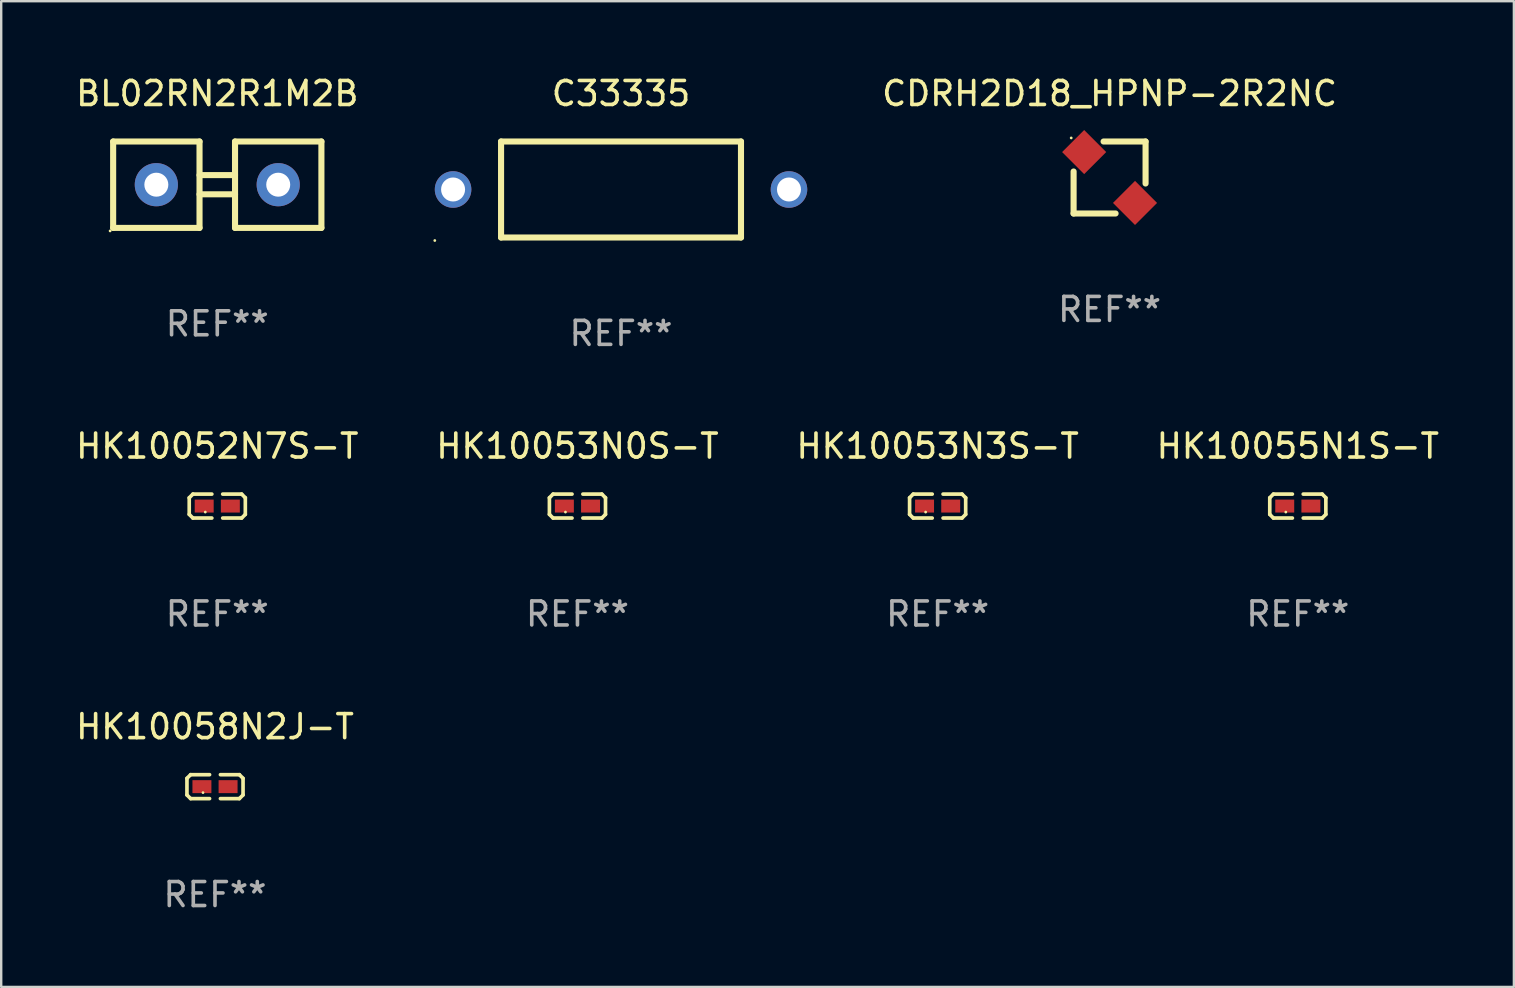
<source format=kicad_pcb>
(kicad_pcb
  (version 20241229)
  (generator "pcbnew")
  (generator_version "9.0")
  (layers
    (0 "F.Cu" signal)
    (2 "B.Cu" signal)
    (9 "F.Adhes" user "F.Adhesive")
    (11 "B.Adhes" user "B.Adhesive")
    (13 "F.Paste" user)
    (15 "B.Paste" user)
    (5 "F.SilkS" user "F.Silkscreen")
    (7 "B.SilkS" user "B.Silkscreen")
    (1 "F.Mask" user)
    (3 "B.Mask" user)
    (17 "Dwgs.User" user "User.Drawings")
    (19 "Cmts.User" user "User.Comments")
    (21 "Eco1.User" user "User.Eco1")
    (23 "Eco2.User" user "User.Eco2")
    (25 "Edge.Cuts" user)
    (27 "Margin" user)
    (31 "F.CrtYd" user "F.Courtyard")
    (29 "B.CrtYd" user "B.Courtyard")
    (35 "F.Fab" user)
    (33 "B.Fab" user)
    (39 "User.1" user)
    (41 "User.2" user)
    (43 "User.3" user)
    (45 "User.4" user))
  (footprint "HK10058N2J-T"
    (layer "F.Cu")
    (at 5.911 29.737)
    (property "Reference" "HK10058N2J-T" (at 0 -2.499 0) (layer "F.SilkS") (effects (font (size 1 1) (thickness 0.15))))
    (attr through_hole)
    (fp_line (start -1.169 -0.346) (end -1.016 -0.499) (stroke (width 0.152) (type solid)) (layer "F.SilkS"))
    (fp_line (start -1.169 0.346) (end -1.169 -0.346) (stroke (width 0.152) (type solid)) (layer "F.SilkS"))
    (fp_line (start -1.016 -0.499) (end -0.226 -0.499) (stroke (width 0.152) (type solid)) (layer "F.SilkS"))
    (fp_line (start -1.016 0.499) (end -1.169 0.346) (stroke (width 0.152) (type solid)) (layer "F.SilkS"))
    (fp_line (start -0.226 0.499) (end -1.016 0.499) (stroke (width 0.152) (type solid)) (layer "F.SilkS"))
    (fp_line (start 0.226 0.499) (end 1.016 0.499) (stroke (width 0.152) (type solid)) (layer "F.SilkS"))
    (fp_line (start 1.016 -0.499) (end 0.226 -0.499) (stroke (width 0.152) (type solid)) (layer "F.SilkS"))
    (fp_line (start 1.016 0.499) (end 1.169 0.346) (stroke (width 0.152) (type solid)) (layer "F.SilkS"))
    (fp_line (start 1.169 -0.346) (end 1.016 -0.499) (stroke (width 0.152) (type solid)) (layer "F.SilkS"))
    (fp_line (start 1.169 0.346) (end 1.169 -0.346) (stroke (width 0.152) (type solid)) (layer "F.SilkS"))
    (fp_circle (center -0.5 0.25) (end -0.47 0.25) (stroke (width 0.06) (type solid)) (fill no) (layer "F.SilkS"))
    (fp_text user "REF**" (at 0 4.499 0) (layer "F.Fab") (effects (font (size 1 1) (thickness 0.15))))
    (pad "1" smd rect (at -0.545 0) (size 0.79 0.54) (layers "F.Cu" "F.Mask" "F.Paste"))
    (pad "2" smd rect (at 0.545 0) (size 0.79 0.54) (layers "F.Cu" "F.Mask" "F.Paste")))
  (footprint "CDRH2D18_HPNP-2R2NC"
    (layer "F.Cu")
    (at 43.197 4.348)
    (property "Reference" "CDRH2D18_HPNP-2R2NC" (at 0 -3.5 0) (layer "F.SilkS") (effects (font (size 1 1) (thickness 0.15))))
    (attr through_hole)
    (fp_line (start -1.5 1.5) (end -1.5 -0.25) (stroke (width 0.254) (type solid)) (layer "F.SilkS"))
    (fp_line (start -0.25 -1.5) (end 1.5 -1.5) (stroke (width 0.254) (type solid)) (layer "F.SilkS"))
    (fp_line (start 0.25 1.5) (end -1.5 1.5) (stroke (width 0.254) (type solid)) (layer "F.SilkS"))
    (fp_line (start 1.5 -1.5) (end 1.5 0.25) (stroke (width 0.254) (type solid)) (layer "F.SilkS"))
    (fp_circle (center -1.6 -1.649) (end -1.57 -1.649) (stroke (width 0.06) (type solid)) (fill no) (layer "F.SilkS"))
    (fp_text user "REF**" (at 0 5.5 0) (layer "F.Fab") (effects (font (size 1 1) (thickness 0.15))))
    (pad "1" smd rect (at -1.06 -1.06 45) (size 1.3 1.3) (layers "F.Cu" "F.Mask" "F.Paste"))
    (pad "2" smd rect (at 1.06 1.06 45) (size 1.3 1.3) (layers "F.Cu" "F.Mask" "F.Paste")))
  (footprint "HK10053N0S-T"
    (layer "F.Cu")
    (at 21.018 18.043)
    (property "Reference" "HK10053N0S-T" (at 0 -2.499 0) (layer "F.SilkS") (effects (font (size 1 1) (thickness 0.15))))
    (attr through_hole)
    (fp_line (start -1.169 -0.346) (end -1.016 -0.499) (stroke (width 0.152) (type solid)) (layer "F.SilkS"))
    (fp_line (start -1.169 0.346) (end -1.169 -0.346) (stroke (width 0.152) (type solid)) (layer "F.SilkS"))
    (fp_line (start -1.016 -0.499) (end -0.226 -0.499) (stroke (width 0.152) (type solid)) (layer "F.SilkS"))
    (fp_line (start -1.016 0.499) (end -1.169 0.346) (stroke (width 0.152) (type solid)) (layer "F.SilkS"))
    (fp_line (start -0.226 0.499) (end -1.016 0.499) (stroke (width 0.152) (type solid)) (layer "F.SilkS"))
    (fp_line (start 0.226 0.499) (end 1.016 0.499) (stroke (width 0.152) (type solid)) (layer "F.SilkS"))
    (fp_line (start 1.016 -0.499) (end 0.226 -0.499) (stroke (width 0.152) (type solid)) (layer "F.SilkS"))
    (fp_line (start 1.016 0.499) (end 1.169 0.346) (stroke (width 0.152) (type solid)) (layer "F.SilkS"))
    (fp_line (start 1.169 -0.346) (end 1.016 -0.499) (stroke (width 0.152) (type solid)) (layer "F.SilkS"))
    (fp_line (start 1.169 0.346) (end 1.169 -0.346) (stroke (width 0.152) (type solid)) (layer "F.SilkS"))
    (fp_circle (center -0.5 0.25) (end -0.47 0.25) (stroke (width 0.06) (type solid)) (fill no) (layer "F.SilkS"))
    (fp_text user "REF**" (at 0 4.499 0) (layer "F.Fab") (effects (font (size 1 1) (thickness 0.15))))
    (pad "1" smd rect (at -0.545 0) (size 0.79 0.54) (layers "F.Cu" "F.Mask" "F.Paste"))
    (pad "2" smd rect (at 0.545 0) (size 0.79 0.54) (layers "F.Cu" "F.Mask" "F.Paste")))
  (footprint "HK10052N7S-T"
    (layer "F.Cu")
    (at 6.006 18.043)
    (property "Reference" "HK10052N7S-T" (at 0 -2.499 0) (layer "F.SilkS") (effects (font (size 1 1) (thickness 0.15))))
    (attr through_hole)
    (fp_line (start -1.169 -0.346) (end -1.016 -0.499) (stroke (width 0.152) (type solid)) (layer "F.SilkS"))
    (fp_line (start -1.169 0.346) (end -1.169 -0.346) (stroke (width 0.152) (type solid)) (layer "F.SilkS"))
    (fp_line (start -1.016 -0.499) (end -0.226 -0.499) (stroke (width 0.152) (type solid)) (layer "F.SilkS"))
    (fp_line (start -1.016 0.499) (end -1.169 0.346) (stroke (width 0.152) (type solid)) (layer "F.SilkS"))
    (fp_line (start -0.226 0.499) (end -1.016 0.499) (stroke (width 0.152) (type solid)) (layer "F.SilkS"))
    (fp_line (start 0.226 0.499) (end 1.016 0.499) (stroke (width 0.152) (type solid)) (layer "F.SilkS"))
    (fp_line (start 1.016 -0.499) (end 0.226 -0.499) (stroke (width 0.152) (type solid)) (layer "F.SilkS"))
    (fp_line (start 1.016 0.499) (end 1.169 0.346) (stroke (width 0.152) (type solid)) (layer "F.SilkS"))
    (fp_line (start 1.169 -0.346) (end 1.016 -0.499) (stroke (width 0.152) (type solid)) (layer "F.SilkS"))
    (fp_line (start 1.169 0.346) (end 1.169 -0.346) (stroke (width 0.152) (type solid)) (layer "F.SilkS"))
    (fp_circle (center -0.5 0.25) (end -0.47 0.25) (stroke (width 0.06) (type solid)) (fill no) (layer "F.SilkS"))
    (fp_text user "REF**" (at 0 4.499 0) (layer "F.Fab") (effects (font (size 1 1) (thickness 0.15))))
    (pad "1" smd rect (at -0.545 0) (size 0.79 0.54) (layers "F.Cu" "F.Mask" "F.Paste"))
    (pad "2" smd rect (at 0.545 0) (size 0.79 0.54) (layers "F.Cu" "F.Mask" "F.Paste")))
  (footprint "BL02RN2R1M2B"
    (layer "F.Cu")
    (at 6.006 4.648)
    (property "Reference" "BL02RN2R1M2B" (at 0 -3.8 0) (layer "F.SilkS") (effects (font (size 1 1) (thickness 0.15))))
    (attr through_hole)
    (fp_line (start -4.34 -1.8) (end -4.34 1.8) (stroke (width 0.254) (type solid)) (layer "F.SilkS"))
    (fp_line (start -4.34 -1.8) (end -0.74 -1.8) (stroke (width 0.254) (type solid)) (layer "F.SilkS"))
    (fp_line (start -4.34 1.8) (end -0.74 1.8) (stroke (width 0.254) (type solid)) (layer "F.SilkS"))
    (fp_line (start -0.74 -1.8) (end -0.74 1.8) (stroke (width 0.254) (type solid)) (layer "F.SilkS"))
    (fp_line (start -0.74 -0.4) (end 0.74 -0.4) (stroke (width 0.254) (type solid)) (layer "F.SilkS"))
    (fp_line (start -0.74 0.4) (end 0.74 0.4) (stroke (width 0.254) (type solid)) (layer "F.SilkS"))
    (fp_line (start 0.74 -1.8) (end 0.74 1.8) (stroke (width 0.254) (type solid)) (layer "F.SilkS"))
    (fp_line (start 0.74 -1.8) (end 4.34 -1.8) (stroke (width 0.254) (type solid)) (layer "F.SilkS"))
    (fp_line (start 0.74 1.8) (end 4.34 1.8) (stroke (width 0.254) (type solid)) (layer "F.SilkS"))
    (fp_line (start 4.34 -1.8) (end 4.34 1.8) (stroke (width 0.254) (type solid)) (layer "F.SilkS"))
    (fp_circle (center -4.467 1.927) (end -4.437 1.927) (stroke (width 0.06) (type solid)) (fill no) (layer "F.SilkS"))
    (fp_text user "REF**" (at 0 5.8 0) (layer "F.Fab") (effects (font (size 1 1) (thickness 0.15))))
    (pad "1" thru_hole circle (at -2.54 0) (size 1.8 1.8) (drill 1) (layers "*.Cu" "*.Mask"))
    (pad "2" thru_hole circle (at 2.54 0) (size 1.8 1.8) (drill 1) (layers "*.Cu" "*.Mask")))
  (footprint "C33335"
    (layer "F.Cu")
    (at 22.834 4.848)
    (property "Reference" "C33335" (at 0 -4 0) (layer "F.SilkS") (effects (font (size 1 1) (thickness 0.15))))
    (attr through_hole)
    (fp_line (start -5 -2) (end 5 -2) (stroke (width 0.254) (type solid)) (layer "F.SilkS"))
    (fp_line (start -5 2) (end -5 -2) (stroke (width 0.254) (type solid)) (layer "F.SilkS"))
    (fp_line (start -5 2) (end 5 2) (stroke (width 0.254) (type solid)) (layer "F.SilkS"))
    (fp_line (start 5 2) (end 5 -2) (stroke (width 0.254) (type solid)) (layer "F.SilkS"))
    (fp_circle (center -7.762 2.127) (end -7.732 2.127) (stroke (width 0.06) (type solid)) (fill no) (layer "F.SilkS"))
    (fp_text user "REF**" (at 0 6 0) (layer "F.Fab") (effects (font (size 1 1) (thickness 0.15))))
    (pad "1" thru_hole circle (at -7 0) (size 1.524 1.524) (drill 1) (layers "*.Cu" "*.Mask"))
    (pad "2" thru_hole circle (at 7 0) (size 1.524 1.524) (drill 1) (layers "*.Cu" "*.Mask")))
  (footprint "HK10053N3S-T"
    (layer "F.Cu")
    (at 36.03 18.043)
    (property "Reference" "HK10053N3S-T" (at 0 -2.499 0) (layer "F.SilkS") (effects (font (size 1 1) (thickness 0.15))))
    (attr through_hole)
    (fp_line (start -1.169 -0.346) (end -1.016 -0.499) (stroke (width 0.152) (type solid)) (layer "F.SilkS"))
    (fp_line (start -1.169 0.346) (end -1.169 -0.346) (stroke (width 0.152) (type solid)) (layer "F.SilkS"))
    (fp_line (start -1.016 -0.499) (end -0.226 -0.499) (stroke (width 0.152) (type solid)) (layer "F.SilkS"))
    (fp_line (start -1.016 0.499) (end -1.169 0.346) (stroke (width 0.152) (type solid)) (layer "F.SilkS"))
    (fp_line (start -0.226 0.499) (end -1.016 0.499) (stroke (width 0.152) (type solid)) (layer "F.SilkS"))
    (fp_line (start 0.226 0.499) (end 1.016 0.499) (stroke (width 0.152) (type solid)) (layer "F.SilkS"))
    (fp_line (start 1.016 -0.499) (end 0.226 -0.499) (stroke (width 0.152) (type solid)) (layer "F.SilkS"))
    (fp_line (start 1.016 0.499) (end 1.169 0.346) (stroke (width 0.152) (type solid)) (layer "F.SilkS"))
    (fp_line (start 1.169 -0.346) (end 1.016 -0.499) (stroke (width 0.152) (type solid)) (layer "F.SilkS"))
    (fp_line (start 1.169 0.346) (end 1.169 -0.346) (stroke (width 0.152) (type solid)) (layer "F.SilkS"))
    (fp_circle (center -0.5 0.25) (end -0.47 0.25) (stroke (width 0.06) (type solid)) (fill no) (layer "F.SilkS"))
    (fp_text user "REF**" (at 0 4.499 0) (layer "F.Fab") (effects (font (size 1 1) (thickness 0.15))))
    (pad "1" smd rect (at -0.545 0) (size 0.79 0.54) (layers "F.Cu" "F.Mask" "F.Paste"))
    (pad "2" smd rect (at 0.545 0) (size 0.79 0.54) (layers "F.Cu" "F.Mask" "F.Paste")))
  (footprint "HK10055N1S-T"
    (layer "F.Cu")
    (at 51.042 18.043)
    (property "Reference" "HK10055N1S-T" (at 0 -2.499 0) (layer "F.SilkS") (effects (font (size 1 1) (thickness 0.15))))
    (attr through_hole)
    (fp_line (start -1.169 -0.346) (end -1.016 -0.499) (stroke (width 0.152) (type solid)) (layer "F.SilkS"))
    (fp_line (start -1.169 0.346) (end -1.169 -0.346) (stroke (width 0.152) (type solid)) (layer "F.SilkS"))
    (fp_line (start -1.016 -0.499) (end -0.226 -0.499) (stroke (width 0.152) (type solid)) (layer "F.SilkS"))
    (fp_line (start -1.016 0.499) (end -1.169 0.346) (stroke (width 0.152) (type solid)) (layer "F.SilkS"))
    (fp_line (start -0.226 0.499) (end -1.016 0.499) (stroke (width 0.152) (type solid)) (layer "F.SilkS"))
    (fp_line (start 0.226 0.499) (end 1.016 0.499) (stroke (width 0.152) (type solid)) (layer "F.SilkS"))
    (fp_line (start 1.016 -0.499) (end 0.226 -0.499) (stroke (width 0.152) (type solid)) (layer "F.SilkS"))
    (fp_line (start 1.016 0.499) (end 1.169 0.346) (stroke (width 0.152) (type solid)) (layer "F.SilkS"))
    (fp_line (start 1.169 -0.346) (end 1.016 -0.499) (stroke (width 0.152) (type solid)) (layer "F.SilkS"))
    (fp_line (start 1.169 0.346) (end 1.169 -0.346) (stroke (width 0.152) (type solid)) (layer "F.SilkS"))
    (fp_circle (center -0.5 0.25) (end -0.47 0.25) (stroke (width 0.06) (type solid)) (fill no) (layer "F.SilkS"))
    (fp_text user "REF**" (at 0 4.499 0) (layer "F.Fab") (effects (font (size 1 1) (thickness 0.15))))
    (pad "1" smd rect (at -0.545 0) (size 0.79 0.54) (layers "F.Cu" "F.Mask" "F.Paste"))
    (pad "2" smd rect (at 0.545 0) (size 0.79 0.54) (layers "F.Cu" "F.Mask" "F.Paste")))
  (gr_rect
    (start -3 -3)
    (end 60.048 38.084)
    (stroke (width 0.1) (type default))
    (fill no)
    (layer "Edge.Cuts")))
</source>
